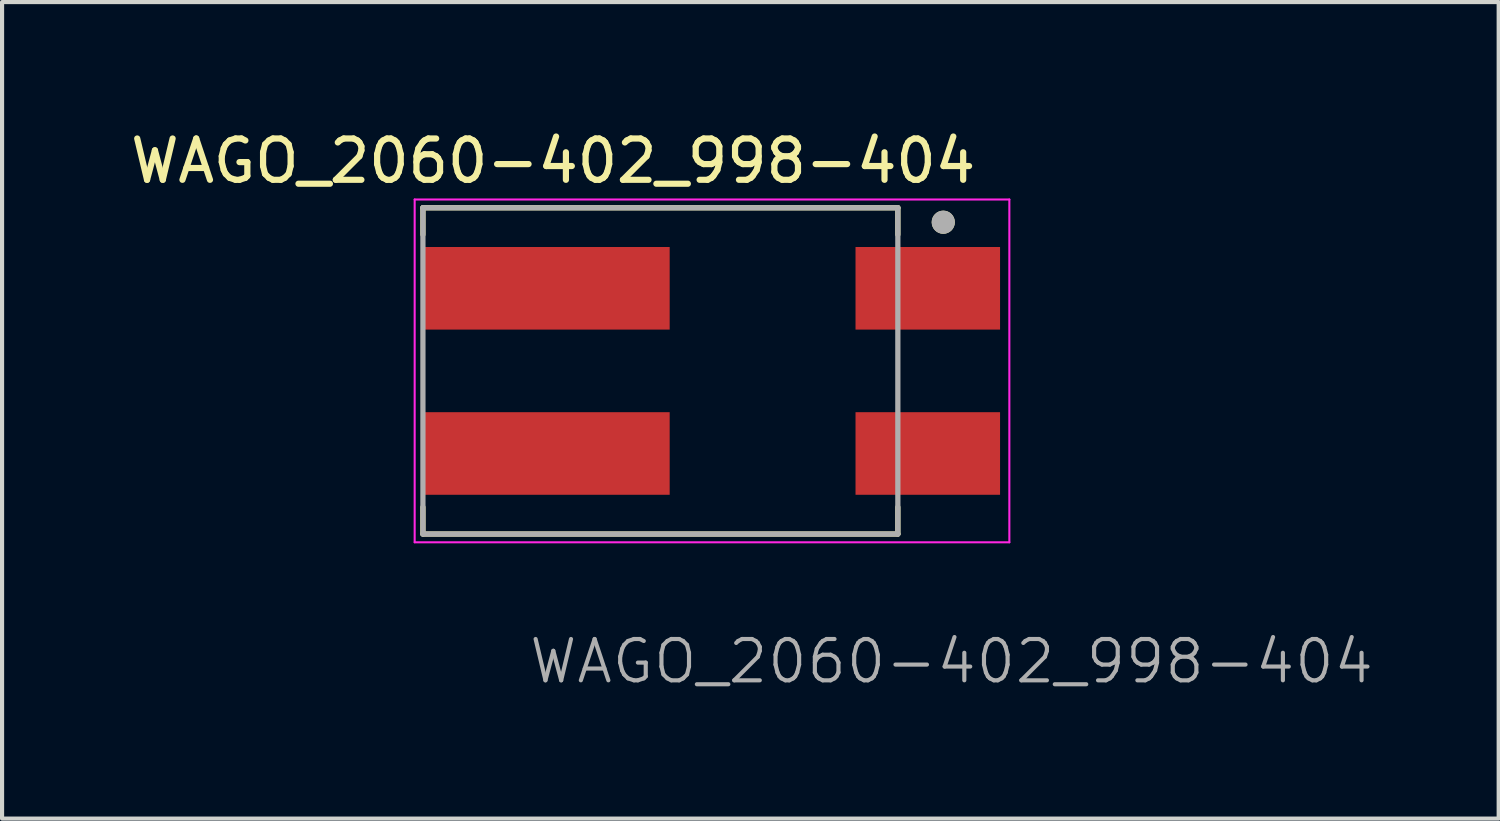
<source format=kicad_pcb>
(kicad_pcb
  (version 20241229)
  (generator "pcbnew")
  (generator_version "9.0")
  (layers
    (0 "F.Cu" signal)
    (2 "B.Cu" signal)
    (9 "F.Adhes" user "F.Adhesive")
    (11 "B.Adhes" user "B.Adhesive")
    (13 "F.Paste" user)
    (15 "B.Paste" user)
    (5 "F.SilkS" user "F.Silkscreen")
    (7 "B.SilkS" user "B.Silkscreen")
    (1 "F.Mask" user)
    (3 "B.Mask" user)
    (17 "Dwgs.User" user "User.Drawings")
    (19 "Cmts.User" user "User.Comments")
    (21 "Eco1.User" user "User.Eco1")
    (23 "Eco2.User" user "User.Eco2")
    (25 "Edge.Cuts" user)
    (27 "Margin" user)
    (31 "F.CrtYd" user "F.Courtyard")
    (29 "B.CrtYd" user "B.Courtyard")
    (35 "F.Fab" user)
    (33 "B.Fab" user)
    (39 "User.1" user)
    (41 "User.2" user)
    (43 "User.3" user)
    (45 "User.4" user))
  (footprint "WAGO_2060-402_998-404"
    (layer "F.Cu")
    (at 14.791 5.931)
    (property "Reference" "WAGO_2060-402_998-404" (at -4.447 -5.082 0) (layer "F.SilkS") (effects (font (size 1 1) (thickness 0.15))))
    (attr smd)
    (fp_line (start -7.6 -3.95) (end 3.9 -3.95) (stroke (width 0.127) (type solid)) (layer "F.SilkS"))
    (fp_line (start -7.6 -3.3) (end -7.6 -3.95) (stroke (width 0.127) (type solid)) (layer "F.SilkS"))
    (fp_line (start -7.6 3.3) (end -7.6 3.95) (stroke (width 0.127) (type solid)) (layer "F.SilkS"))
    (fp_line (start -7.6 3.95) (end 3.9 3.95) (stroke (width 0.127) (type solid)) (layer "F.SilkS"))
    (fp_line (start 3.9 -3.95) (end 3.9 -3.3) (stroke (width 0.127) (type solid)) (layer "F.SilkS"))
    (fp_line (start 3.9 3.95) (end 3.9 3.3) (stroke (width 0.127) (type solid)) (layer "F.SilkS"))
    (fp_circle (center 5 -3.6) (end 5.14 -3.6) (stroke (width 0.28) (type solid)) (fill no) (layer "F.SilkS"))
    (fp_line (start -7.8 -4.15) (end -7.8 4.15) (stroke (width 0.05) (type solid)) (layer "F.CrtYd"))
    (fp_line (start -7.8 4.15) (end 6.6 4.15) (stroke (width 0.05) (type solid)) (layer "F.CrtYd"))
    (fp_line (start 6.6 -4.15) (end -7.8 -4.15) (stroke (width 0.05) (type solid)) (layer "F.CrtYd"))
    (fp_line (start 6.6 4.15) (end 6.6 -4.15) (stroke (width 0.05) (type solid)) (layer "F.CrtYd"))
    (fp_line (start -7.6 -3.95) (end -7.6 3.95) (stroke (width 0.127) (type solid)) (layer "F.Fab"))
    (fp_line (start -7.6 3.95) (end 3.9 3.95) (stroke (width 0.127) (type solid)) (layer "F.Fab"))
    (fp_line (start 3.9 -3.95) (end -7.6 -3.95) (stroke (width 0.127) (type solid)) (layer "F.Fab"))
    (fp_line (start 3.9 3.95) (end 3.9 -3.95) (stroke (width 0.127) (type solid)) (layer "F.Fab"))
    (fp_circle (center 5 -3.6) (end 5.14 -3.6) (stroke (width 0.28) (type solid)) (fill no) (layer "F.Fab"))
    (fp_text user "${REFERENCE}" (at -5.08 7.62 0) (unlocked yes) (layer "F.Fab") (effects (font (size 1 1) (thickness 0.1)) (justify left bottom)))
    (pad "1" smd rect (at -4.625 -2) (size 6 2) (layers "F.Cu" "F.Mask" "F.Paste"))
    (pad "1" smd rect (at 4.625 -2) (size 3.5 2) (layers "F.Cu" "F.Mask" "F.Paste"))
    (pad "2" smd rect (at -4.625 2) (size 6 2) (layers "F.Cu" "F.Mask" "F.Paste"))
    (pad "2" smd rect (at 4.625 2) (size 3.5 2) (layers "F.Cu" "F.Mask" "F.Paste")))
  (gr_rect
    (start -3 -3)
    (end 33.24 16.772)
    (stroke (width 0.1) (type default))
    (fill no)
    (layer "Edge.Cuts")))
</source>
